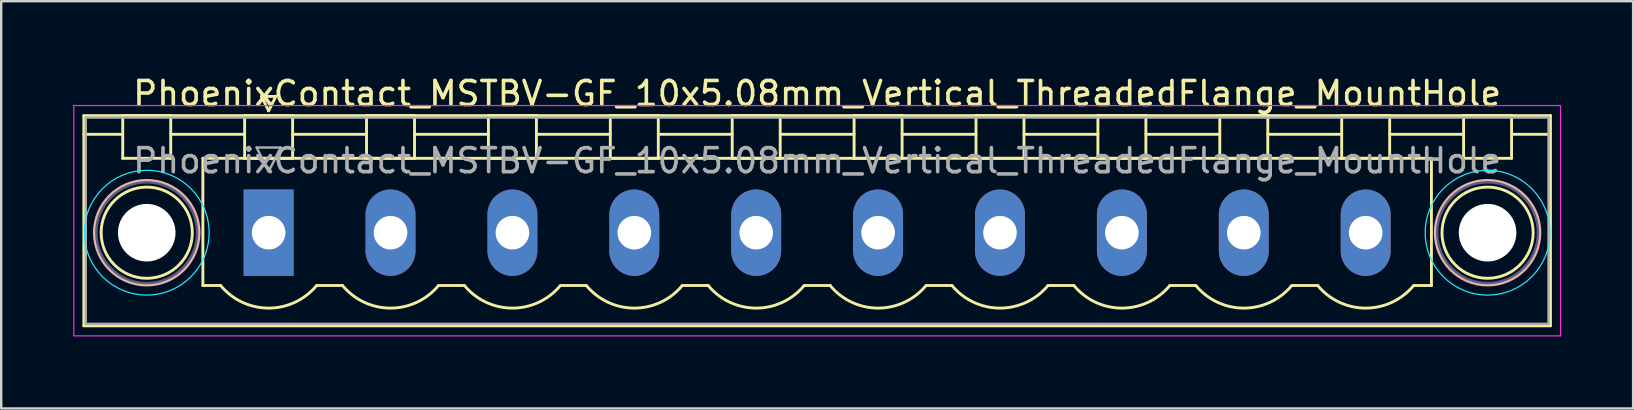
<source format=kicad_pcb>
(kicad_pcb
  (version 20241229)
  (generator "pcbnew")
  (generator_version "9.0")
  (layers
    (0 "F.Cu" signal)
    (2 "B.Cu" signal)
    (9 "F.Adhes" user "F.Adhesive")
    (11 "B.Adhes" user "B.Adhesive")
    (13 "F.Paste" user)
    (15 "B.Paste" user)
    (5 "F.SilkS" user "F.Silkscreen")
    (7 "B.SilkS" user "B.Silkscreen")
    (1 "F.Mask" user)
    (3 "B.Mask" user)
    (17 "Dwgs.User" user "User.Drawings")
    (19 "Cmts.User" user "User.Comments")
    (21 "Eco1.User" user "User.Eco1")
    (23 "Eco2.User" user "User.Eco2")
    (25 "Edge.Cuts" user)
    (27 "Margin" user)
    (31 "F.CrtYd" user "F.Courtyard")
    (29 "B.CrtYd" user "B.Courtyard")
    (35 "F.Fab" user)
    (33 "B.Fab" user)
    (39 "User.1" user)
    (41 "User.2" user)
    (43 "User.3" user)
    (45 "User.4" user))
  (footprint "PhoenixContact_MSTBV-GF_10x5.08mm_Vertical_ThreadedFlange_MountHole"
    (layer "F.Cu")
    (at 8.145 6.648)
    (property "Reference" "PhoenixContact_MSTBV-GF_10x5.08mm_Vertical_ThreadedFlange_MountHole" (at 22.86 -5.8 0) (layer "F.SilkS") (effects (font (size 1 1) (thickness 0.15))))
    (attr through_hole)
    (fp_line (start -7.7 -4.88) (end -7.7 3.88) (stroke (width 0.12) (type solid)) (layer "F.SilkS"))
    (fp_line (start -7.7 -4.1) (end -6.16 -4.1) (stroke (width 0.12) (type solid)) (layer "F.SilkS"))
    (fp_line (start -7.7 3.88) (end 53.42 3.88) (stroke (width 0.12) (type solid)) (layer "F.SilkS"))
    (fp_line (start -6.08 -4.88) (end -4.08 -4.88) (stroke (width 0.12) (type solid)) (layer "F.SilkS"))
    (fp_line (start -6.08 -3.1) (end -6.08 -4.88) (stroke (width 0.12) (type solid)) (layer "F.SilkS"))
    (fp_line (start -4.08 -4.88) (end -4.08 -3.1) (stroke (width 0.12) (type solid)) (layer "F.SilkS"))
    (fp_line (start -4.08 -4.1) (end -1 -4.1) (stroke (width 0.12) (type solid)) (layer "F.SilkS"))
    (fp_line (start -4.08 -3.1) (end -6.08 -3.1) (stroke (width 0.12) (type solid)) (layer "F.SilkS"))
    (fp_line (start -2.74 -3.1) (end 48.46 -3.1) (stroke (width 0.12) (type solid)) (layer "F.SilkS"))
    (fp_line (start -2.74 2.2) (end -2.74 -3.1) (stroke (width 0.12) (type solid)) (layer "F.SilkS"))
    (fp_line (start -2 2.2) (end -2.74 2.2) (stroke (width 0.12) (type solid)) (layer "F.SilkS"))
    (fp_line (start -1 -4.88) (end 1 -4.88) (stroke (width 0.12) (type solid)) (layer "F.SilkS"))
    (fp_line (start -1 -3.1) (end -1 -4.88) (stroke (width 0.12) (type solid)) (layer "F.SilkS"))
    (fp_line (start -0.3 -5.68) (end 0.3 -5.68) (stroke (width 0.12) (type solid)) (layer "F.SilkS"))
    (fp_line (start 0 -5.08) (end -0.3 -5.68) (stroke (width 0.12) (type solid)) (layer "F.SilkS"))
    (fp_line (start 0.3 -5.68) (end 0 -5.08) (stroke (width 0.12) (type solid)) (layer "F.SilkS"))
    (fp_line (start 1 -4.88) (end 1 -3.1) (stroke (width 0.12) (type solid)) (layer "F.SilkS"))
    (fp_line (start 1 -4.1) (end 4.08 -4.1) (stroke (width 0.12) (type solid)) (layer "F.SilkS"))
    (fp_line (start 1 -3.1) (end -1 -3.1) (stroke (width 0.12) (type solid)) (layer "F.SilkS"))
    (fp_line (start 2 2.2) (end 3.08 2.2) (stroke (width 0.12) (type solid)) (layer "F.SilkS"))
    (fp_line (start 4.08 -4.88) (end 6.08 -4.88) (stroke (width 0.12) (type solid)) (layer "F.SilkS"))
    (fp_line (start 4.08 -3.1) (end 4.08 -4.88) (stroke (width 0.12) (type solid)) (layer "F.SilkS"))
    (fp_line (start 6.08 -4.88) (end 6.08 -3.1) (stroke (width 0.12) (type solid)) (layer "F.SilkS"))
    (fp_line (start 6.08 -4.1) (end 9.16 -4.1) (stroke (width 0.12) (type solid)) (layer "F.SilkS"))
    (fp_line (start 6.08 -3.1) (end 4.08 -3.1) (stroke (width 0.12) (type solid)) (layer "F.SilkS"))
    (fp_line (start 7.08 2.2) (end 8.16 2.2) (stroke (width 0.12) (type solid)) (layer "F.SilkS"))
    (fp_line (start 9.16 -4.88) (end 11.16 -4.88) (stroke (width 0.12) (type solid)) (layer "F.SilkS"))
    (fp_line (start 9.16 -3.1) (end 9.16 -4.88) (stroke (width 0.12) (type solid)) (layer "F.SilkS"))
    (fp_line (start 11.16 -4.88) (end 11.16 -3.1) (stroke (width 0.12) (type solid)) (layer "F.SilkS"))
    (fp_line (start 11.16 -4.1) (end 14.24 -4.1) (stroke (width 0.12) (type solid)) (layer "F.SilkS"))
    (fp_line (start 11.16 -3.1) (end 9.16 -3.1) (stroke (width 0.12) (type solid)) (layer "F.SilkS"))
    (fp_line (start 12.16 2.2) (end 13.24 2.2) (stroke (width 0.12) (type solid)) (layer "F.SilkS"))
    (fp_line (start 14.24 -4.88) (end 16.24 -4.88) (stroke (width 0.12) (type solid)) (layer "F.SilkS"))
    (fp_line (start 14.24 -3.1) (end 14.24 -4.88) (stroke (width 0.12) (type solid)) (layer "F.SilkS"))
    (fp_line (start 16.24 -4.88) (end 16.24 -3.1) (stroke (width 0.12) (type solid)) (layer "F.SilkS"))
    (fp_line (start 16.24 -4.1) (end 19.32 -4.1) (stroke (width 0.12) (type solid)) (layer "F.SilkS"))
    (fp_line (start 16.24 -3.1) (end 14.24 -3.1) (stroke (width 0.12) (type solid)) (layer "F.SilkS"))
    (fp_line (start 17.24 2.2) (end 18.32 2.2) (stroke (width 0.12) (type solid)) (layer "F.SilkS"))
    (fp_line (start 19.32 -4.88) (end 21.32 -4.88) (stroke (width 0.12) (type solid)) (layer "F.SilkS"))
    (fp_line (start 19.32 -3.1) (end 19.32 -4.88) (stroke (width 0.12) (type solid)) (layer "F.SilkS"))
    (fp_line (start 21.32 -4.88) (end 21.32 -3.1) (stroke (width 0.12) (type solid)) (layer "F.SilkS"))
    (fp_line (start 21.32 -4.1) (end 24.4 -4.1) (stroke (width 0.12) (type solid)) (layer "F.SilkS"))
    (fp_line (start 21.32 -3.1) (end 19.32 -3.1) (stroke (width 0.12) (type solid)) (layer "F.SilkS"))
    (fp_line (start 22.32 2.2) (end 23.4 2.2) (stroke (width 0.12) (type solid)) (layer "F.SilkS"))
    (fp_line (start 24.4 -4.88) (end 26.4 -4.88) (stroke (width 0.12) (type solid)) (layer "F.SilkS"))
    (fp_line (start 24.4 -3.1) (end 24.4 -4.88) (stroke (width 0.12) (type solid)) (layer "F.SilkS"))
    (fp_line (start 26.4 -4.88) (end 26.4 -3.1) (stroke (width 0.12) (type solid)) (layer "F.SilkS"))
    (fp_line (start 26.4 -4.1) (end 29.48 -4.1) (stroke (width 0.12) (type solid)) (layer "F.SilkS"))
    (fp_line (start 26.4 -3.1) (end 24.4 -3.1) (stroke (width 0.12) (type solid)) (layer "F.SilkS"))
    (fp_line (start 27.4 2.2) (end 28.48 2.2) (stroke (width 0.12) (type solid)) (layer "F.SilkS"))
    (fp_line (start 29.48 -4.88) (end 31.48 -4.88) (stroke (width 0.12) (type solid)) (layer "F.SilkS"))
    (fp_line (start 29.48 -3.1) (end 29.48 -4.88) (stroke (width 0.12) (type solid)) (layer "F.SilkS"))
    (fp_line (start 31.48 -4.88) (end 31.48 -3.1) (stroke (width 0.12) (type solid)) (layer "F.SilkS"))
    (fp_line (start 31.48 -4.1) (end 34.56 -4.1) (stroke (width 0.12) (type solid)) (layer "F.SilkS"))
    (fp_line (start 31.48 -3.1) (end 29.48 -3.1) (stroke (width 0.12) (type solid)) (layer "F.SilkS"))
    (fp_line (start 32.48 2.2) (end 33.56 2.2) (stroke (width 0.12) (type solid)) (layer "F.SilkS"))
    (fp_line (start 34.56 -4.88) (end 36.56 -4.88) (stroke (width 0.12) (type solid)) (layer "F.SilkS"))
    (fp_line (start 34.56 -3.1) (end 34.56 -4.88) (stroke (width 0.12) (type solid)) (layer "F.SilkS"))
    (fp_line (start 36.56 -4.88) (end 36.56 -3.1) (stroke (width 0.12) (type solid)) (layer "F.SilkS"))
    (fp_line (start 36.56 -4.1) (end 39.64 -4.1) (stroke (width 0.12) (type solid)) (layer "F.SilkS"))
    (fp_line (start 36.56 -3.1) (end 34.56 -3.1) (stroke (width 0.12) (type solid)) (layer "F.SilkS"))
    (fp_line (start 37.56 2.2) (end 38.64 2.2) (stroke (width 0.12) (type solid)) (layer "F.SilkS"))
    (fp_line (start 39.64 -4.88) (end 41.64 -4.88) (stroke (width 0.12) (type solid)) (layer "F.SilkS"))
    (fp_line (start 39.64 -3.1) (end 39.64 -4.88) (stroke (width 0.12) (type solid)) (layer "F.SilkS"))
    (fp_line (start 41.64 -4.88) (end 41.64 -3.1) (stroke (width 0.12) (type solid)) (layer "F.SilkS"))
    (fp_line (start 41.64 -4.1) (end 44.72 -4.1) (stroke (width 0.12) (type solid)) (layer "F.SilkS"))
    (fp_line (start 41.64 -3.1) (end 39.64 -3.1) (stroke (width 0.12) (type solid)) (layer "F.SilkS"))
    (fp_line (start 42.64 2.2) (end 43.72 2.2) (stroke (width 0.12) (type solid)) (layer "F.SilkS"))
    (fp_line (start 44.72 -4.88) (end 46.72 -4.88) (stroke (width 0.12) (type solid)) (layer "F.SilkS"))
    (fp_line (start 44.72 -3.1) (end 44.72 -4.88) (stroke (width 0.12) (type solid)) (layer "F.SilkS"))
    (fp_line (start 46.72 -4.88) (end 46.72 -3.1) (stroke (width 0.12) (type solid)) (layer "F.SilkS"))
    (fp_line (start 46.72 -4.1) (end 49.8 -4.1) (stroke (width 0.12) (type solid)) (layer "F.SilkS"))
    (fp_line (start 46.72 -3.1) (end 44.72 -3.1) (stroke (width 0.12) (type solid)) (layer "F.SilkS"))
    (fp_line (start 48.46 -3.1) (end 48.46 2.2) (stroke (width 0.12) (type solid)) (layer "F.SilkS"))
    (fp_line (start 48.46 2.2) (end 47.72 2.2) (stroke (width 0.12) (type solid)) (layer "F.SilkS"))
    (fp_line (start 49.8 -4.88) (end 51.8 -4.88) (stroke (width 0.12) (type solid)) (layer "F.SilkS"))
    (fp_line (start 49.8 -3.1) (end 49.8 -4.88) (stroke (width 0.12) (type solid)) (layer "F.SilkS"))
    (fp_line (start 51.8 -4.88) (end 51.8 -3.1) (stroke (width 0.12) (type solid)) (layer "F.SilkS"))
    (fp_line (start 51.8 -3.1) (end 49.8 -3.1) (stroke (width 0.12) (type solid)) (layer "F.SilkS"))
    (fp_line (start 53.42 -4.88) (end -7.7 -4.88) (stroke (width 0.12) (type solid)) (layer "F.SilkS"))
    (fp_line (start 53.42 -4.1) (end 51.88 -4.1) (stroke (width 0.12) (type solid)) (layer "F.SilkS"))
    (fp_line (start 53.42 3.88) (end 53.42 -4.88) (stroke (width 0.12) (type solid)) (layer "F.SilkS"))
    (fp_arc (start 1.986842 2.215821) (mid -0.010289 3.142758) (end -2 2.2) (stroke (width 0.12) (type solid)) (layer "F.SilkS"))
    (fp_arc (start 7.066842 2.215821) (mid 5.069711 3.142758) (end 3.08 2.2) (stroke (width 0.12) (type solid)) (layer "F.SilkS"))
    (fp_arc (start 12.146842 2.215821) (mid 10.149711 3.142758) (end 8.16 2.2) (stroke (width 0.12) (type solid)) (layer "F.SilkS"))
    (fp_arc (start 17.226842 2.215821) (mid 15.229711 3.142758) (end 13.24 2.2) (stroke (width 0.12) (type solid)) (layer "F.SilkS"))
    (fp_arc (start 22.306842 2.215821) (mid 20.309711 3.142758) (end 18.32 2.2) (stroke (width 0.12) (type solid)) (layer "F.SilkS"))
    (fp_arc (start 27.386842 2.215821) (mid 25.389711 3.142758) (end 23.4 2.2) (stroke (width 0.12) (type solid)) (layer "F.SilkS"))
    (fp_arc (start 32.466842 2.215821) (mid 30.469711 3.142758) (end 28.48 2.2) (stroke (width 0.12) (type solid)) (layer "F.SilkS"))
    (fp_arc (start 37.546842 2.215821) (mid 35.549711 3.142758) (end 33.56 2.2) (stroke (width 0.12) (type solid)) (layer "F.SilkS"))
    (fp_arc (start 42.626842 2.215821) (mid 40.629711 3.142758) (end 38.64 2.2) (stroke (width 0.12) (type solid)) (layer "F.SilkS"))
    (fp_arc (start 47.706842 2.215821) (mid 45.709711 3.142758) (end 43.72 2.2) (stroke (width 0.12) (type solid)) (layer "F.SilkS"))
    (fp_circle (center -5.08 0) (end -3.18 0) (stroke (width 0.12) (type solid)) (fill no) (layer "F.SilkS"))
    (fp_circle (center 50.8 0) (end 52.7 0) (stroke (width 0.12) (type solid)) (fill no) (layer "F.SilkS"))
    (fp_circle (center -5.08 0) (end -2.9 0) (stroke (width 0.12) (type solid)) (fill no) (layer "B.SilkS"))
    (fp_circle (center 50.8 0) (end 52.98 0) (stroke (width 0.12) (type solid)) (fill no) (layer "B.SilkS"))
    (fp_circle (center -5.08 0) (end -2.48 0) (stroke (width 0.05) (type solid)) (fill no) (layer "B.CrtYd"))
    (fp_circle (center 50.8 0) (end 53.4 0) (stroke (width 0.05) (type solid)) (fill no) (layer "B.CrtYd"))
    (fp_line (start -8.12 -5.3) (end -8.12 4.3) (stroke (width 0.05) (type solid)) (layer "F.CrtYd"))
    (fp_line (start -8.12 4.3) (end 53.84 4.3) (stroke (width 0.05) (type solid)) (layer "F.CrtYd"))
    (fp_line (start 53.84 -5.3) (end -8.12 -5.3) (stroke (width 0.05) (type solid)) (layer "F.CrtYd"))
    (fp_line (start 53.84 4.3) (end 53.84 -5.3) (stroke (width 0.05) (type solid)) (layer "F.CrtYd"))
    (fp_circle (center -5.08 0) (end -2.98 0) (stroke (width 0.1) (type solid)) (fill no) (layer "B.Fab"))
    (fp_circle (center 50.8 0) (end 52.9 0) (stroke (width 0.1) (type solid)) (fill no) (layer "B.Fab"))
    (fp_line (start -7.62 -4.8) (end -7.62 3.8) (stroke (width 0.1) (type solid)) (layer "F.Fab"))
    (fp_line (start -7.62 3.8) (end 53.34 3.8) (stroke (width 0.1) (type solid)) (layer "F.Fab"))
    (fp_line (start -0.5 -3.55) (end 0.5 -3.55) (stroke (width 0.1) (type solid)) (layer "F.Fab"))
    (fp_line (start 0 -2.55) (end -0.5 -3.55) (stroke (width 0.1) (type solid)) (layer "F.Fab"))
    (fp_line (start 0.5 -3.55) (end 0 -2.55) (stroke (width 0.1) (type solid)) (layer "F.Fab"))
    (fp_line (start 53.34 -4.8) (end -7.62 -4.8) (stroke (width 0.1) (type solid)) (layer "F.Fab"))
    (fp_line (start 53.34 3.8) (end 53.34 -4.8) (stroke (width 0.1) (type solid)) (layer "F.Fab"))
    (fp_text user "${REFERENCE}" (at 22.86 -3 0) (layer "F.Fab") (effects (font (size 1 1) (thickness 0.15))))
    (pad "" np_thru_hole circle (at -5.08 0) (size 2.4 2.4) (drill 2.4) (layers "*.Cu" "*.Mask"))
    (pad "" np_thru_hole circle (at 50.8 0) (size 2.4 2.4) (drill 2.4) (layers "*.Cu" "*.Mask"))
    (pad "1" thru_hole rect (at 0 0) (size 2.08 3.6) (drill 1.4) (layers "*.Cu" "*.Mask"))
    (pad "2" thru_hole oval (at 5.08 0) (size 2.08 3.6) (drill 1.4) (layers "*.Cu" "*.Mask"))
    (pad "3" thru_hole oval (at 10.16 0) (size 2.08 3.6) (drill 1.4) (layers "*.Cu" "*.Mask"))
    (pad "4" thru_hole oval (at 15.24 0) (size 2.08 3.6) (drill 1.4) (layers "*.Cu" "*.Mask"))
    (pad "5" thru_hole oval (at 20.32 0) (size 2.08 3.6) (drill 1.4) (layers "*.Cu" "*.Mask"))
    (pad "6" thru_hole oval (at 25.4 0) (size 2.08 3.6) (drill 1.4) (layers "*.Cu" "*.Mask"))
    (pad "7" thru_hole oval (at 30.48 0) (size 2.08 3.6) (drill 1.4) (layers "*.Cu" "*.Mask"))
    (pad "8" thru_hole oval (at 35.56 0) (size 2.08 3.6) (drill 1.4) (layers "*.Cu" "*.Mask"))
    (pad "9" thru_hole oval (at 40.64 0) (size 2.08 3.6) (drill 1.4) (layers "*.Cu" "*.Mask"))
    (pad "10" thru_hole oval (at 45.72 0) (size 2.08 3.6) (drill 1.4) (layers "*.Cu" "*.Mask")))
  (gr_rect
    (start -3 -3)
    (end 65.01 13.973)
    (stroke (width 0.1) (type default))
    (fill no)
    (layer "Edge.Cuts")))
</source>
